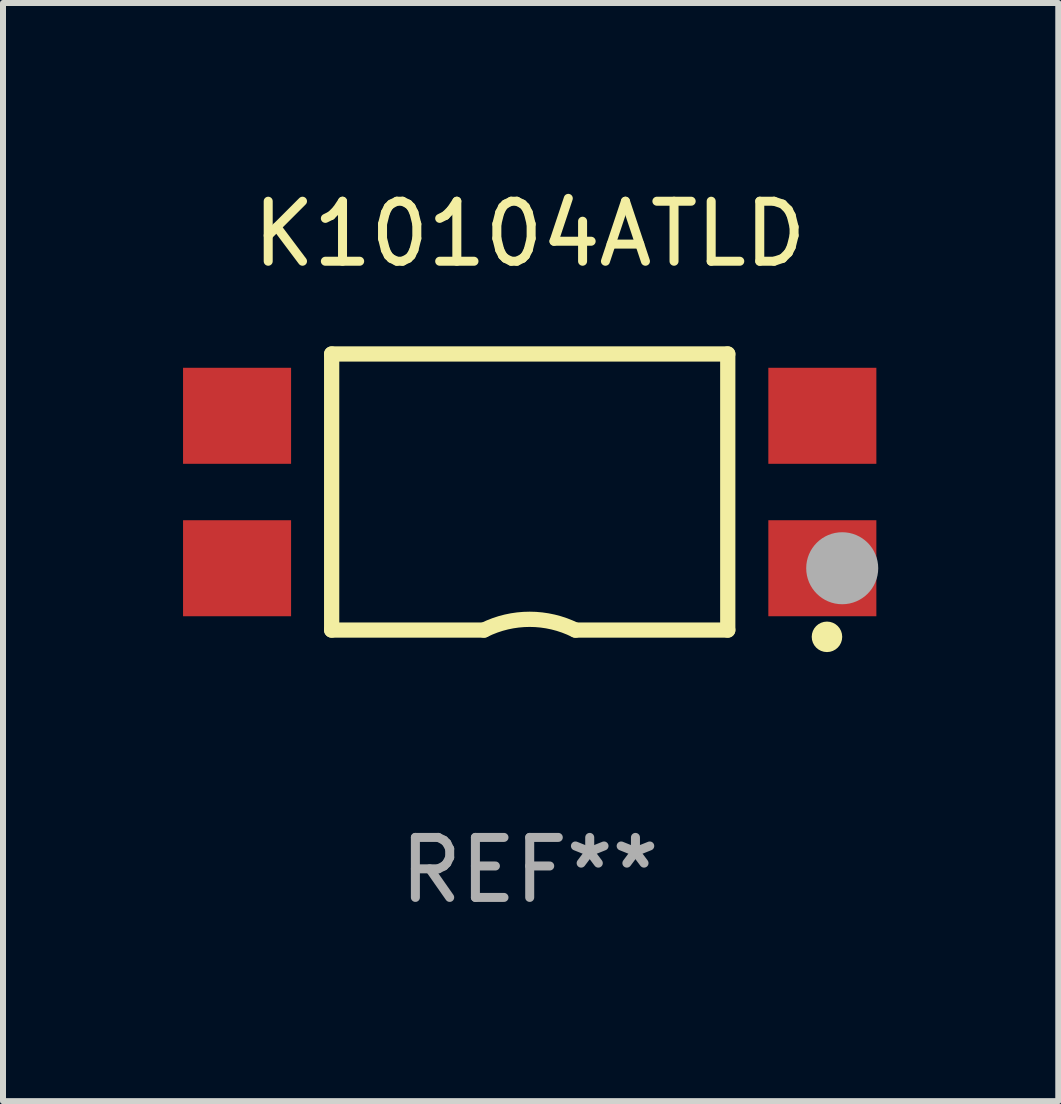
<source format=kicad_pcb>
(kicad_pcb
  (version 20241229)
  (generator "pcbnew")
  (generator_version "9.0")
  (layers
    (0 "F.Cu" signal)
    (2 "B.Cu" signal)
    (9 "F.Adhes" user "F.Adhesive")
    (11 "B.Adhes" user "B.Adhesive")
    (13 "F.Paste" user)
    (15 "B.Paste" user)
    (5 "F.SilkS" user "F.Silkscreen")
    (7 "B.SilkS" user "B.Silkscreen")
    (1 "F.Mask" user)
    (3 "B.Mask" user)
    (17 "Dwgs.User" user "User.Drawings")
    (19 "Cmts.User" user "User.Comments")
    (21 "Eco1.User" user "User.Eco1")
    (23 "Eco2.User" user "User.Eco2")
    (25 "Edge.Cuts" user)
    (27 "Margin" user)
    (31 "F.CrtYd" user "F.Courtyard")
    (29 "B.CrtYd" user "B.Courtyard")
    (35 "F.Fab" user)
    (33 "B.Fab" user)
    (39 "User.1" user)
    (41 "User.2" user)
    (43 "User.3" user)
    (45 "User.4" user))
  (footprint "K10104ATLD"
    (layer "F.Cu")
    (at 5.776 5.148)
    (property "Reference" "K10104ATLD" (at 0 -4.3 0) (layer "F.SilkS") (effects (font (size 1 1) (thickness 0.15))))
    (attr through_hole)
    (fp_line (start -3.3 -2.3) (end 3.3 -2.3) (stroke (width 0.254) (type solid)) (layer "F.SilkS"))
    (fp_line (start -3.3 2.3) (end -3.3 -2.3) (stroke (width 0.254) (type solid)) (layer "F.SilkS"))
    (fp_line (start -3.3 2.3) (end -0.762 2.3) (stroke (width 0.254) (type solid)) (layer "F.SilkS"))
    (fp_line (start 3.3 -2.3) (end 3.3 2.3) (stroke (width 0.254) (type solid)) (layer "F.SilkS"))
    (fp_line (start 3.3 2.3) (end 0.762 2.3) (stroke (width 0.254) (type solid)) (layer "F.SilkS"))
    (fp_arc (start -0.761976 2.300025) (mid 0.000169 2.120943) (end 0.762027 2.301244) (stroke (width 0.254001) (type solid)) (layer "F.SilkS"))
    (fp_circle (center 4.953 2.413) (end 5.08 2.413) (stroke (width 0.254) (type solid)) (fill no) (layer "F.SilkS"))
    (fp_circle (center 5 2.3) (end 5.03 2.3) (stroke (width 0.06) (type solid)) (fill no) (layer "F.SilkS"))
    (fp_arc (start 5.334138 1.270104) (mid 5.461138 1.240123) (end 5.588139 1.270104) (stroke (width 0.254001) (type solid)) (layer "F.Fab"))
    (fp_circle (center 5.207 1.27) (end 5.507 1.27) (stroke (width 0.6) (type solid)) (fill no) (layer "F.Fab"))
    (fp_text user "REF**" (at 0 6.3 0) (layer "F.Fab") (effects (font (size 1 1) (thickness 0.15))))
    (pad "1" smd rect (at 4.876 1.27) (size 1.8 1.6) (layers "F.Cu" "F.Mask" "F.Paste"))
    (pad "2" smd rect (at 4.876 -1.27) (size 1.8 1.6) (layers "F.Cu" "F.Mask" "F.Paste"))
    (pad "3" smd rect (at -4.876 -1.27) (size 1.8 1.6) (layers "F.Cu" "F.Mask" "F.Paste"))
    (pad "4" smd rect (at -4.876 1.27) (size 1.8 1.6) (layers "F.Cu" "F.Mask" "F.Paste")))
  (gr_rect
    (start -3 -3)
    (end 14.583 15.297)
    (stroke (width 0.1) (type default))
    (fill no)
    (layer "Edge.Cuts")))
</source>
